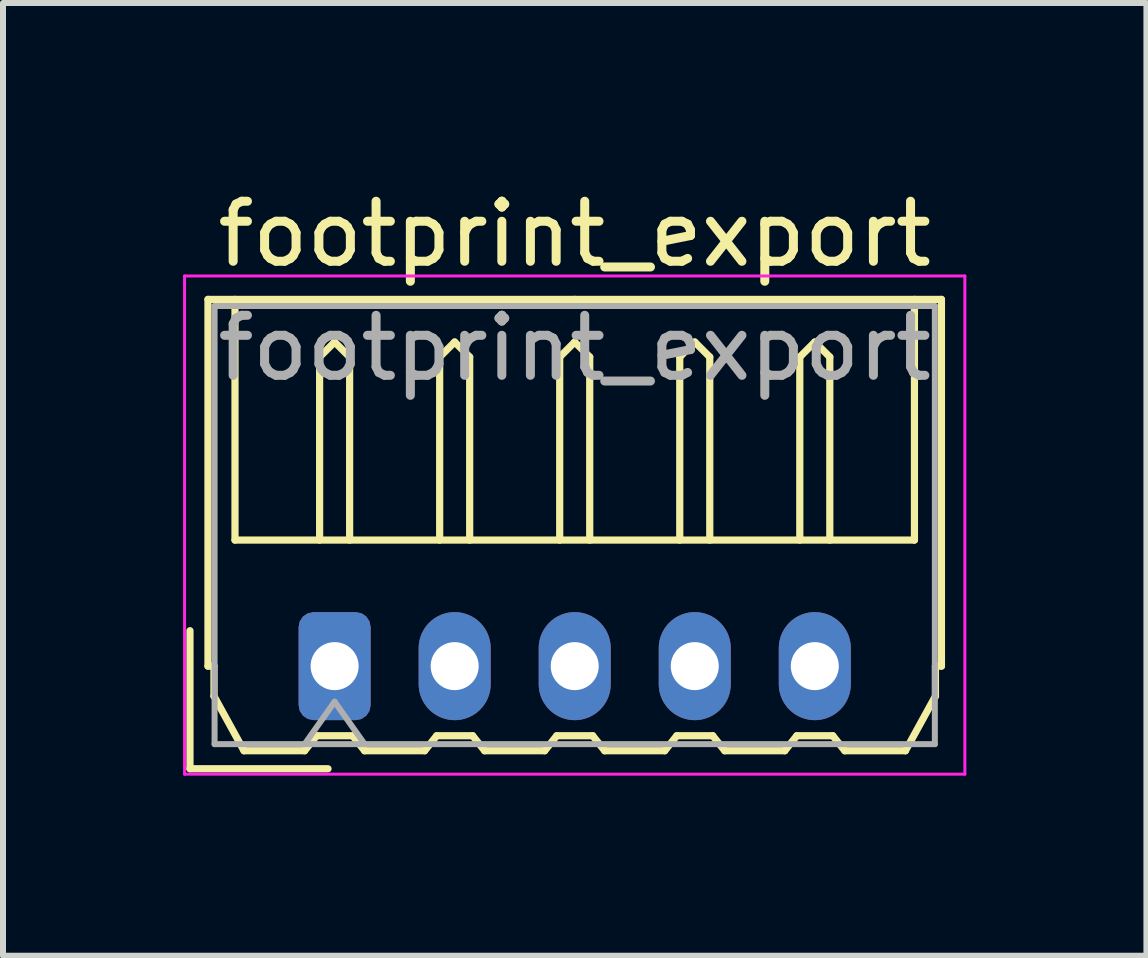
<source format=kicad_pcb>
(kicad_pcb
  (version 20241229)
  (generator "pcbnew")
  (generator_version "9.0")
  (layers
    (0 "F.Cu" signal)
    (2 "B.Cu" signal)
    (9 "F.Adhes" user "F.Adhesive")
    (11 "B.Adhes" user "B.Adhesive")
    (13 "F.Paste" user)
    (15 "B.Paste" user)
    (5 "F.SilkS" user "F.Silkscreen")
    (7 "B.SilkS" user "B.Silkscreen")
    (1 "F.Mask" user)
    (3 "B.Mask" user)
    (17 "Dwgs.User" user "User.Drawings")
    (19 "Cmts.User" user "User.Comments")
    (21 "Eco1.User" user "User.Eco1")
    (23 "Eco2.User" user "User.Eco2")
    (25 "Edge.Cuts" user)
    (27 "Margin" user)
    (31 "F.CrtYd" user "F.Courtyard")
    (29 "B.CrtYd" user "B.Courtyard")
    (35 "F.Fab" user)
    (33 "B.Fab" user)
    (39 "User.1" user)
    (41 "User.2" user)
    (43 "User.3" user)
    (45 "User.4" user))
  (footprint "footprint_export"
    (layer "F.Cu")
    (at 2.525 8.048)
    (property "Reference" "footprint_export" (at 4 -7.2 0) (layer "F.SilkS") (effects (font (size 1 1) (thickness 0.15))))
    (attr through_hole)
    (fp_line (start -2.41 1.71) (end -2.41 -0.59) (stroke (width 0.12) (type solid)) (layer "F.SilkS"))
    (fp_line (start -2.11 -6.11) (end 4 -6.11) (stroke (width 0.12) (type solid)) (layer "F.SilkS"))
    (fp_line (start -2.11 0) (end -2.11 -6.11) (stroke (width 0.12) (type solid)) (layer "F.SilkS"))
    (fp_line (start -2.01 0) (end -2.11 0) (stroke (width 0.12) (type solid)) (layer "F.SilkS"))
    (fp_line (start -2.01 0.5) (end -2.01 0) (stroke (width 0.12) (type solid)) (layer "F.SilkS"))
    (fp_line (start -1.66 -6.11) (end -1.66 -2.1) (stroke (width 0.12) (type solid)) (layer "F.SilkS"))
    (fp_line (start -1.66 -2.1) (end 9.66 -2.1) (stroke (width 0.12) (type solid)) (layer "F.SilkS"))
    (fp_line (start -1.51 1.41) (end -2.01 0.5) (stroke (width 0.12) (type solid)) (layer "F.SilkS"))
    (fp_line (start -0.5 1.41) (end -1.51 1.41) (stroke (width 0.12) (type solid)) (layer "F.SilkS"))
    (fp_line (start -0.3 1.16) (end -0.5 1.41) (stroke (width 0.12) (type solid)) (layer "F.SilkS"))
    (fp_line (start -0.3 1.16) (end 0.3 1.16) (stroke (width 0.12) (type solid)) (layer "F.SilkS"))
    (fp_line (start -0.25 -5.15) (end 0 -5.4) (stroke (width 0.12) (type solid)) (layer "F.SilkS"))
    (fp_line (start -0.25 -2.1) (end -0.25 -5.15) (stroke (width 0.12) (type solid)) (layer "F.SilkS"))
    (fp_line (start -0.11 1.71) (end -2.41 1.71) (stroke (width 0.12) (type solid)) (layer "F.SilkS"))
    (fp_line (start 0 -5.4) (end 0.25 -5.15) (stroke (width 0.12) (type solid)) (layer "F.SilkS"))
    (fp_line (start 0.25 -5.15) (end 0.25 -2.1) (stroke (width 0.12) (type solid)) (layer "F.SilkS"))
    (fp_line (start 0.3 1.16) (end 0.5 1.41) (stroke (width 0.12) (type solid)) (layer "F.SilkS"))
    (fp_line (start 0.5 1.41) (end 1.5 1.41) (stroke (width 0.12) (type solid)) (layer "F.SilkS"))
    (fp_line (start 1.5 1.41) (end 1.7 1.16) (stroke (width 0.12) (type solid)) (layer "F.SilkS"))
    (fp_line (start 1.7 1.16) (end 2.3 1.16) (stroke (width 0.12) (type solid)) (layer "F.SilkS"))
    (fp_line (start 1.75 -5.15) (end 2 -5.4) (stroke (width 0.12) (type solid)) (layer "F.SilkS"))
    (fp_line (start 1.75 -2.1) (end 1.75 -5.15) (stroke (width 0.12) (type solid)) (layer "F.SilkS"))
    (fp_line (start 2 -5.4) (end 2.25 -5.15) (stroke (width 0.12) (type solid)) (layer "F.SilkS"))
    (fp_line (start 2.25 -5.15) (end 2.25 -2.1) (stroke (width 0.12) (type solid)) (layer "F.SilkS"))
    (fp_line (start 2.3 1.16) (end 2.5 1.41) (stroke (width 0.12) (type solid)) (layer "F.SilkS"))
    (fp_line (start 2.5 1.41) (end 3.5 1.41) (stroke (width 0.12) (type solid)) (layer "F.SilkS"))
    (fp_line (start 3.5 1.41) (end 3.7 1.16) (stroke (width 0.12) (type solid)) (layer "F.SilkS"))
    (fp_line (start 3.7 1.16) (end 4.3 1.16) (stroke (width 0.12) (type solid)) (layer "F.SilkS"))
    (fp_line (start 3.75 -5.15) (end 4 -5.4) (stroke (width 0.12) (type solid)) (layer "F.SilkS"))
    (fp_line (start 3.75 -2.1) (end 3.75 -5.15) (stroke (width 0.12) (type solid)) (layer "F.SilkS"))
    (fp_line (start 4 -5.4) (end 4.25 -5.15) (stroke (width 0.12) (type solid)) (layer "F.SilkS"))
    (fp_line (start 4.25 -5.15) (end 4.25 -2.1) (stroke (width 0.12) (type solid)) (layer "F.SilkS"))
    (fp_line (start 4.3 1.16) (end 4.5 1.41) (stroke (width 0.12) (type solid)) (layer "F.SilkS"))
    (fp_line (start 4.5 1.41) (end 5.5 1.41) (stroke (width 0.12) (type solid)) (layer "F.SilkS"))
    (fp_line (start 5.5 1.41) (end 5.7 1.16) (stroke (width 0.12) (type solid)) (layer "F.SilkS"))
    (fp_line (start 5.7 1.16) (end 6.3 1.16) (stroke (width 0.12) (type solid)) (layer "F.SilkS"))
    (fp_line (start 5.75 -5.15) (end 6 -5.4) (stroke (width 0.12) (type solid)) (layer "F.SilkS"))
    (fp_line (start 5.75 -2.1) (end 5.75 -5.15) (stroke (width 0.12) (type solid)) (layer "F.SilkS"))
    (fp_line (start 6 -5.4) (end 6.25 -5.15) (stroke (width 0.12) (type solid)) (layer "F.SilkS"))
    (fp_line (start 6.25 -5.15) (end 6.25 -2.1) (stroke (width 0.12) (type solid)) (layer "F.SilkS"))
    (fp_line (start 6.3 1.16) (end 6.5 1.41) (stroke (width 0.12) (type solid)) (layer "F.SilkS"))
    (fp_line (start 6.5 1.41) (end 7.5 1.41) (stroke (width 0.12) (type solid)) (layer "F.SilkS"))
    (fp_line (start 7.5 1.41) (end 7.7 1.16) (stroke (width 0.12) (type solid)) (layer "F.SilkS"))
    (fp_line (start 7.7 1.16) (end 8.3 1.16) (stroke (width 0.12) (type solid)) (layer "F.SilkS"))
    (fp_line (start 7.75 -5.15) (end 8 -5.4) (stroke (width 0.12) (type solid)) (layer "F.SilkS"))
    (fp_line (start 7.75 -2.1) (end 7.75 -5.15) (stroke (width 0.12) (type solid)) (layer "F.SilkS"))
    (fp_line (start 8 -5.4) (end 8.25 -5.15) (stroke (width 0.12) (type solid)) (layer "F.SilkS"))
    (fp_line (start 8.25 -5.15) (end 8.25 -2.1) (stroke (width 0.12) (type solid)) (layer "F.SilkS"))
    (fp_line (start 8.3 1.16) (end 8.5 1.41) (stroke (width 0.12) (type solid)) (layer "F.SilkS"))
    (fp_line (start 8.5 1.41) (end 9.51 1.41) (stroke (width 0.12) (type solid)) (layer "F.SilkS"))
    (fp_line (start 9.51 1.41) (end 10.01 0.5) (stroke (width 0.12) (type solid)) (layer "F.SilkS"))
    (fp_line (start 9.66 -2.1) (end 9.66 -6.11) (stroke (width 0.12) (type solid)) (layer "F.SilkS"))
    (fp_line (start 10.01 0) (end 10.11 0) (stroke (width 0.12) (type solid)) (layer "F.SilkS"))
    (fp_line (start 10.01 0.5) (end 10.01 0) (stroke (width 0.12) (type solid)) (layer "F.SilkS"))
    (fp_line (start 10.11 -6.11) (end 4 -6.11) (stroke (width 0.12) (type solid)) (layer "F.SilkS"))
    (fp_line (start 10.11 0) (end 10.11 -6.11) (stroke (width 0.12) (type solid)) (layer "F.SilkS"))
    (fp_line (start -2.5 -6.5) (end -2.5 1.8) (stroke (width 0.05) (type solid)) (layer "F.CrtYd"))
    (fp_line (start -2.5 1.8) (end 10.5 1.8) (stroke (width 0.05) (type solid)) (layer "F.CrtYd"))
    (fp_line (start 10.5 -6.5) (end -2.5 -6.5) (stroke (width 0.05) (type solid)) (layer "F.CrtYd"))
    (fp_line (start 10.5 1.8) (end 10.5 -6.5) (stroke (width 0.05) (type solid)) (layer "F.CrtYd"))
    (fp_line (start -2 -6) (end -2 1.3) (stroke (width 0.1) (type solid)) (layer "F.Fab"))
    (fp_line (start -2 1.3) (end 10 1.3) (stroke (width 0.1) (type solid)) (layer "F.Fab"))
    (fp_line (start -0.5 1.3) (end 0 0.593) (stroke (width 0.1) (type solid)) (layer "F.Fab"))
    (fp_line (start 0 0.593) (end 0.5 1.3) (stroke (width 0.1) (type solid)) (layer "F.Fab"))
    (fp_line (start 10 -6) (end -2 -6) (stroke (width 0.1) (type solid)) (layer "F.Fab"))
    (fp_line (start 10 1.3) (end 10 -6) (stroke (width 0.1) (type solid)) (layer "F.Fab"))
    (fp_text user "${REFERENCE}" (at 4 -5.3 0) (layer "F.Fab") (effects (font (size 1 1) (thickness 0.15))))
    (pad "1" thru_hole roundrect (at 0 0) (size 1.2 1.8) (drill 0.8) (layers "*.Cu" "*.Mask") (roundrect_rratio 0.208))
    (pad "2" thru_hole oval (at 2 0) (size 1.2 1.8) (drill 0.8) (layers "*.Cu" "*.Mask"))
    (pad "3" thru_hole oval (at 4 0) (size 1.2 1.8) (drill 0.8) (layers "*.Cu" "*.Mask"))
    (pad "4" thru_hole oval (at 6 0) (size 1.2 1.8) (drill 0.8) (layers "*.Cu" "*.Mask"))
    (pad "5" thru_hole oval (at 8 0) (size 1.2 1.8) (drill 0.8) (layers "*.Cu" "*.Mask")))
  (gr_rect
    (start -3 -3)
    (end 16.05 12.873)
    (stroke (width 0.1) (type default))
    (fill no)
    (layer "Edge.Cuts")))
</source>
